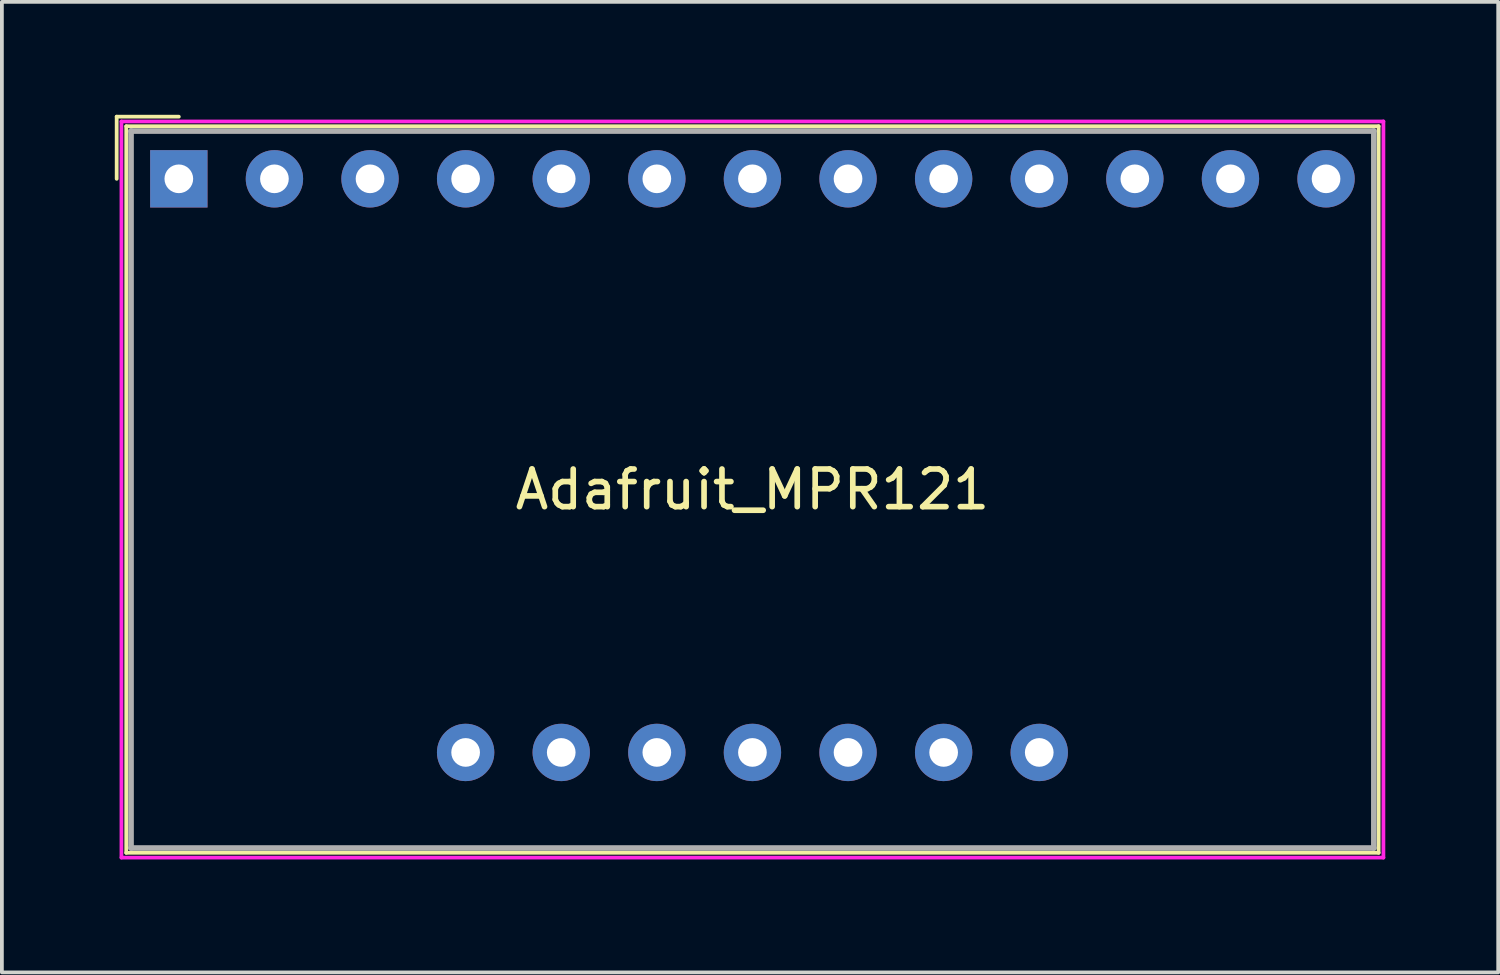
<source format=kicad_pcb>
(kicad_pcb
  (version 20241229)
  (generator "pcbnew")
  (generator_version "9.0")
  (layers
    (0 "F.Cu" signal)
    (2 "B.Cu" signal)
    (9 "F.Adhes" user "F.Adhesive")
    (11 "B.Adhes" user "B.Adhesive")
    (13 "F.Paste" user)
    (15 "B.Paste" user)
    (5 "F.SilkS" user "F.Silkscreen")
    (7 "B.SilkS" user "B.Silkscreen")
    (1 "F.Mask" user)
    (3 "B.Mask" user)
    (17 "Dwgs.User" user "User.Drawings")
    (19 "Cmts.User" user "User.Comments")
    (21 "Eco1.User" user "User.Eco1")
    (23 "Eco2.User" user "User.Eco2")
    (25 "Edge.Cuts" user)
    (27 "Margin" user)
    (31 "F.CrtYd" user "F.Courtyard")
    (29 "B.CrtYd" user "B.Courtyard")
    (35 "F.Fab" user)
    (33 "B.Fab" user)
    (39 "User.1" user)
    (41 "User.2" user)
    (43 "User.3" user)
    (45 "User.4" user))
  (footprint "Adafruit_MPR121"
    (layer "F.Cu")
    (at 9.321 16.941)
    (property "Reference" "Adafruit_MPR121" (at 7.62 -6.985 0) (layer "F.SilkS") (effects (font (size 1 1) (thickness 0.15))))
    (attr through_hole)
    (fp_line (start -9.271 -16.891) (end -9.271 -15.24) (stroke (width 0.1) (type solid)) (layer "F.SilkS"))
    (fp_line (start -9.017 -16.637) (end 24.257 -16.637) (stroke (width 0.1) (type solid)) (layer "F.SilkS"))
    (fp_line (start -9.017 2.667) (end -9.017 -16.637) (stroke (width 0.1) (type solid)) (layer "F.SilkS"))
    (fp_line (start -7.62 -16.891) (end -9.271 -16.891) (stroke (width 0.1) (type solid)) (layer "F.SilkS"))
    (fp_line (start 24.257 -16.637) (end 24.257 2.667) (stroke (width 0.1) (type solid)) (layer "F.SilkS"))
    (fp_line (start 24.257 2.667) (end -9.017 2.667) (stroke (width 0.1) (type solid)) (layer "F.SilkS"))
    (fp_line (start -9.144 -16.764) (end 24.384 -16.764) (stroke (width 0.1) (type solid)) (layer "F.CrtYd"))
    (fp_line (start -9.144 2.794) (end -9.144 -16.764) (stroke (width 0.1) (type solid)) (layer "F.CrtYd"))
    (fp_line (start 24.384 -16.764) (end 24.384 2.794) (stroke (width 0.1) (type solid)) (layer "F.CrtYd"))
    (fp_line (start 24.384 2.794) (end -9.144 2.794) (stroke (width 0.1) (type solid)) (layer "F.CrtYd"))
    (fp_line (start -8.89 -16.51) (end 24.13 -16.51) (stroke (width 0.15) (type solid)) (layer "F.Fab"))
    (fp_line (start -8.89 2.54) (end -8.89 -16.51) (stroke (width 0.15) (type solid)) (layer "F.Fab"))
    (fp_line (start 24.13 -16.51) (end 24.13 2.54) (stroke (width 0.15) (type solid)) (layer "F.Fab"))
    (fp_line (start 24.13 2.54) (end -8.89 2.54) (stroke (width 0.15) (type solid)) (layer "F.Fab"))
    (pad "1" thru_hole circle (at 0 0) (size 1.524 1.524) (drill 0.762) (layers "*.Cu" "*.Mask"))
    (pad "2" thru_hole circle (at 2.54 0) (size 1.524 1.524) (drill 0.762) (layers "*.Cu" "*.Mask"))
    (pad "3" thru_hole circle (at 5.08 0) (size 1.524 1.524) (drill 0.762) (layers "*.Cu" "*.Mask"))
    (pad "4" thru_hole circle (at 7.62 0) (size 1.524 1.524) (drill 0.762) (layers "*.Cu" "*.Mask"))
    (pad "5" thru_hole circle (at 10.16 0) (size 1.524 1.524) (drill 0.762) (layers "*.Cu" "*.Mask"))
    (pad "6" thru_hole circle (at 12.7 0) (size 1.524 1.524) (drill 0.762) (layers "*.Cu" "*.Mask"))
    (pad "7" thru_hole circle (at 15.24 0) (size 1.524 1.524) (drill 0.762) (layers "*.Cu" "*.Mask"))
    (pad "8" thru_hole circle (at 22.86 -15.24) (size 1.524 1.524) (drill 0.762) (layers "*.Cu" "*.Mask"))
    (pad "9" thru_hole circle (at 20.32 -15.24) (size 1.524 1.524) (drill 0.762) (layers "*.Cu" "*.Mask"))
    (pad "10" thru_hole circle (at 17.78 -15.24) (size 1.524 1.524) (drill 0.762) (layers "*.Cu" "*.Mask"))
    (pad "11" thru_hole circle (at 15.24 -15.24) (size 1.524 1.524) (drill 0.762) (layers "*.Cu" "*.Mask"))
    (pad "12" thru_hole circle (at 12.7 -15.24) (size 1.524 1.524) (drill 0.762) (layers "*.Cu" "*.Mask"))
    (pad "13" thru_hole circle (at 10.16 -15.24) (size 1.524 1.524) (drill 0.762) (layers "*.Cu" "*.Mask"))
    (pad "14" thru_hole circle (at 7.62 -15.24) (size 1.524 1.524) (drill 0.762) (layers "*.Cu" "*.Mask"))
    (pad "15" thru_hole circle (at 5.08 -15.24) (size 1.524 1.524) (drill 0.762) (layers "*.Cu" "*.Mask"))
    (pad "16" thru_hole circle (at 2.54 -15.24) (size 1.524 1.524) (drill 0.762) (layers "*.Cu" "*.Mask"))
    (pad "17" thru_hole circle (at 0 -15.24) (size 1.524 1.524) (drill 0.762) (layers "*.Cu" "*.Mask"))
    (pad "18" thru_hole circle (at -2.54 -15.24) (size 1.524 1.524) (drill 0.762) (layers "*.Cu" "*.Mask"))
    (pad "19" thru_hole circle (at -5.08 -15.24) (size 1.524 1.524) (drill 0.762) (layers "*.Cu" "*.Mask"))
    (pad "20" thru_hole rect (at -7.62 -15.24) (size 1.524 1.524) (drill 0.762) (layers "*.Cu" "*.Mask")))
  (gr_rect
    (start -3 -3)
    (end 36.755 22.785)
    (stroke (width 0.1) (type default))
    (fill no)
    (layer "Edge.Cuts")))
</source>
